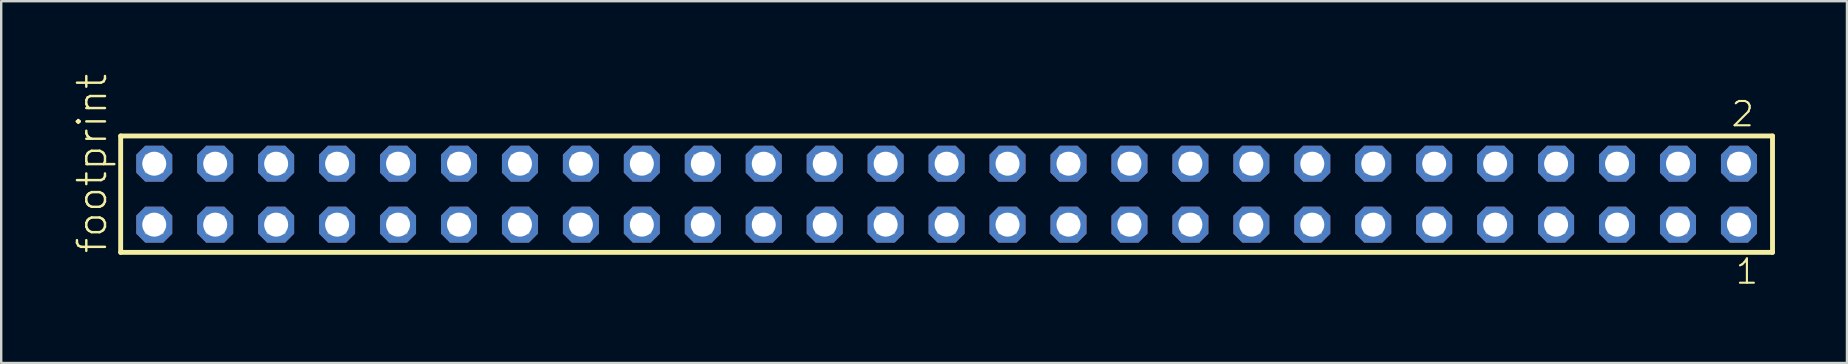
<source format=kicad_pcb>
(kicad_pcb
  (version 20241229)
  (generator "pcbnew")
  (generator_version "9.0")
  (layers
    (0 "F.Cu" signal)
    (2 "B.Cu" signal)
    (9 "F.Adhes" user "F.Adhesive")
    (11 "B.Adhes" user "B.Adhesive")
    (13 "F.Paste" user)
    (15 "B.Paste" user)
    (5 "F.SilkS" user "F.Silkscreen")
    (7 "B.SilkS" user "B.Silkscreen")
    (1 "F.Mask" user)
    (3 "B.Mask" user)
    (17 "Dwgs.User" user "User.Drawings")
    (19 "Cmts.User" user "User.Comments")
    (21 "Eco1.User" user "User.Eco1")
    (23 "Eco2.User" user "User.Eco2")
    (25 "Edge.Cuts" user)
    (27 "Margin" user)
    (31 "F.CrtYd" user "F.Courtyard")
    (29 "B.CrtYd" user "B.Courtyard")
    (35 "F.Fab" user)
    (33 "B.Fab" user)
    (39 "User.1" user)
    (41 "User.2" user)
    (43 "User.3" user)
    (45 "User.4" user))
  (footprint "footprint"
    (layer "F.Cu")
    (at 36.398 5.042)
    (property "Reference" "footprint" (at -34.925 2.54 90) (layer "F.SilkS") (effects (font (size 1.168 1.168) (thickness 0.102)) (justify left bottom)))
    (fp_line (start -34.419 -2.425) (end 34.419 -2.425) (stroke (width 0.203) (type solid)) (layer "F.SilkS"))
    (fp_line (start -34.419 2.425) (end -34.419 -2.425) (stroke (width 0.203) (type solid)) (layer "F.SilkS"))
    (fp_line (start 34.419 -2.425) (end 34.419 2.425) (stroke (width 0.203) (type solid)) (layer "F.SilkS"))
    (fp_line (start 34.419 2.425) (end -34.419 2.425) (stroke (width 0.203) (type solid)) (layer "F.SilkS"))
    (fp_poly (pts (xy -33.37 -0.92) (xy -32.67 -0.92) (xy -32.67 -1.62) (xy -33.37 -1.62)) (stroke (width 0.1) (type solid)) (fill no) (layer "F.Fab"))
    (fp_poly (pts (xy -33.37 1.62) (xy -32.67 1.62) (xy -32.67 0.92) (xy -33.37 0.92)) (stroke (width 0.1) (type solid)) (fill no) (layer "F.Fab"))
    (fp_poly (pts (xy -30.83 -0.92) (xy -30.13 -0.92) (xy -30.13 -1.62) (xy -30.83 -1.62)) (stroke (width 0.1) (type solid)) (fill no) (layer "F.Fab"))
    (fp_poly (pts (xy -30.83 1.62) (xy -30.13 1.62) (xy -30.13 0.92) (xy -30.83 0.92)) (stroke (width 0.1) (type solid)) (fill no) (layer "F.Fab"))
    (fp_poly (pts (xy -28.29 -0.92) (xy -27.59 -0.92) (xy -27.59 -1.62) (xy -28.29 -1.62)) (stroke (width 0.1) (type solid)) (fill no) (layer "F.Fab"))
    (fp_poly (pts (xy -28.29 1.62) (xy -27.59 1.62) (xy -27.59 0.92) (xy -28.29 0.92)) (stroke (width 0.1) (type solid)) (fill no) (layer "F.Fab"))
    (fp_poly (pts (xy -25.75 -0.92) (xy -25.05 -0.92) (xy -25.05 -1.62) (xy -25.75 -1.62)) (stroke (width 0.1) (type solid)) (fill no) (layer "F.Fab"))
    (fp_poly (pts (xy -25.75 1.62) (xy -25.05 1.62) (xy -25.05 0.92) (xy -25.75 0.92)) (stroke (width 0.1) (type solid)) (fill no) (layer "F.Fab"))
    (fp_poly (pts (xy -23.21 -0.92) (xy -22.51 -0.92) (xy -22.51 -1.62) (xy -23.21 -1.62)) (stroke (width 0.1) (type solid)) (fill no) (layer "F.Fab"))
    (fp_poly (pts (xy -23.21 1.62) (xy -22.51 1.62) (xy -22.51 0.92) (xy -23.21 0.92)) (stroke (width 0.1) (type solid)) (fill no) (layer "F.Fab"))
    (fp_poly (pts (xy -20.67 -0.92) (xy -19.97 -0.92) (xy -19.97 -1.62) (xy -20.67 -1.62)) (stroke (width 0.1) (type solid)) (fill no) (layer "F.Fab"))
    (fp_poly (pts (xy -20.67 1.62) (xy -19.97 1.62) (xy -19.97 0.92) (xy -20.67 0.92)) (stroke (width 0.1) (type solid)) (fill no) (layer "F.Fab"))
    (fp_poly (pts (xy -18.13 -0.92) (xy -17.43 -0.92) (xy -17.43 -1.62) (xy -18.13 -1.62)) (stroke (width 0.1) (type solid)) (fill no) (layer "F.Fab"))
    (fp_poly (pts (xy -18.13 1.62) (xy -17.43 1.62) (xy -17.43 0.92) (xy -18.13 0.92)) (stroke (width 0.1) (type solid)) (fill no) (layer "F.Fab"))
    (fp_poly (pts (xy -15.59 -0.92) (xy -14.89 -0.92) (xy -14.89 -1.62) (xy -15.59 -1.62)) (stroke (width 0.1) (type solid)) (fill no) (layer "F.Fab"))
    (fp_poly (pts (xy -15.59 1.62) (xy -14.89 1.62) (xy -14.89 0.92) (xy -15.59 0.92)) (stroke (width 0.1) (type solid)) (fill no) (layer "F.Fab"))
    (fp_poly (pts (xy -13.05 -0.92) (xy -12.35 -0.92) (xy -12.35 -1.62) (xy -13.05 -1.62)) (stroke (width 0.1) (type solid)) (fill no) (layer "F.Fab"))
    (fp_poly (pts (xy -13.05 1.62) (xy -12.35 1.62) (xy -12.35 0.92) (xy -13.05 0.92)) (stroke (width 0.1) (type solid)) (fill no) (layer "F.Fab"))
    (fp_poly (pts (xy -10.51 -0.92) (xy -9.81 -0.92) (xy -9.81 -1.62) (xy -10.51 -1.62)) (stroke (width 0.1) (type solid)) (fill no) (layer "F.Fab"))
    (fp_poly (pts (xy -10.51 1.62) (xy -9.81 1.62) (xy -9.81 0.92) (xy -10.51 0.92)) (stroke (width 0.1) (type solid)) (fill no) (layer "F.Fab"))
    (fp_poly (pts (xy -7.97 -0.92) (xy -7.27 -0.92) (xy -7.27 -1.62) (xy -7.97 -1.62)) (stroke (width 0.1) (type solid)) (fill no) (layer "F.Fab"))
    (fp_poly (pts (xy -7.97 1.62) (xy -7.27 1.62) (xy -7.27 0.92) (xy -7.97 0.92)) (stroke (width 0.1) (type solid)) (fill no) (layer "F.Fab"))
    (fp_poly (pts (xy -5.43 -0.92) (xy -4.73 -0.92) (xy -4.73 -1.62) (xy -5.43 -1.62)) (stroke (width 0.1) (type solid)) (fill no) (layer "F.Fab"))
    (fp_poly (pts (xy -5.43 1.62) (xy -4.73 1.62) (xy -4.73 0.92) (xy -5.43 0.92)) (stroke (width 0.1) (type solid)) (fill no) (layer "F.Fab"))
    (fp_poly (pts (xy -2.89 -0.92) (xy -2.19 -0.92) (xy -2.19 -1.62) (xy -2.89 -1.62)) (stroke (width 0.1) (type solid)) (fill no) (layer "F.Fab"))
    (fp_poly (pts (xy -2.89 1.62) (xy -2.19 1.62) (xy -2.19 0.92) (xy -2.89 0.92)) (stroke (width 0.1) (type solid)) (fill no) (layer "F.Fab"))
    (fp_poly (pts (xy -0.35 -0.92) (xy 0.35 -0.92) (xy 0.35 -1.62) (xy -0.35 -1.62)) (stroke (width 0.1) (type solid)) (fill no) (layer "F.Fab"))
    (fp_poly (pts (xy -0.35 1.62) (xy 0.35 1.62) (xy 0.35 0.92) (xy -0.35 0.92)) (stroke (width 0.1) (type solid)) (fill no) (layer "F.Fab"))
    (fp_poly (pts (xy 2.19 -0.92) (xy 2.89 -0.92) (xy 2.89 -1.62) (xy 2.19 -1.62)) (stroke (width 0.1) (type solid)) (fill no) (layer "F.Fab"))
    (fp_poly (pts (xy 2.19 1.62) (xy 2.89 1.62) (xy 2.89 0.92) (xy 2.19 0.92)) (stroke (width 0.1) (type solid)) (fill no) (layer "F.Fab"))
    (fp_poly (pts (xy 4.73 -0.92) (xy 5.43 -0.92) (xy 5.43 -1.62) (xy 4.73 -1.62)) (stroke (width 0.1) (type solid)) (fill no) (layer "F.Fab"))
    (fp_poly (pts (xy 4.73 1.62) (xy 5.43 1.62) (xy 5.43 0.92) (xy 4.73 0.92)) (stroke (width 0.1) (type solid)) (fill no) (layer "F.Fab"))
    (fp_poly (pts (xy 7.27 -0.92) (xy 7.97 -0.92) (xy 7.97 -1.62) (xy 7.27 -1.62)) (stroke (width 0.1) (type solid)) (fill no) (layer "F.Fab"))
    (fp_poly (pts (xy 7.27 1.62) (xy 7.97 1.62) (xy 7.97 0.92) (xy 7.27 0.92)) (stroke (width 0.1) (type solid)) (fill no) (layer "F.Fab"))
    (fp_poly (pts (xy 9.81 -0.92) (xy 10.51 -0.92) (xy 10.51 -1.62) (xy 9.81 -1.62)) (stroke (width 0.1) (type solid)) (fill no) (layer "F.Fab"))
    (fp_poly (pts (xy 9.81 1.62) (xy 10.51 1.62) (xy 10.51 0.92) (xy 9.81 0.92)) (stroke (width 0.1) (type solid)) (fill no) (layer "F.Fab"))
    (fp_poly (pts (xy 12.35 -0.92) (xy 13.05 -0.92) (xy 13.05 -1.62) (xy 12.35 -1.62)) (stroke (width 0.1) (type solid)) (fill no) (layer "F.Fab"))
    (fp_poly (pts (xy 12.35 1.62) (xy 13.05 1.62) (xy 13.05 0.92) (xy 12.35 0.92)) (stroke (width 0.1) (type solid)) (fill no) (layer "F.Fab"))
    (fp_poly (pts (xy 14.89 -0.92) (xy 15.59 -0.92) (xy 15.59 -1.62) (xy 14.89 -1.62)) (stroke (width 0.1) (type solid)) (fill no) (layer "F.Fab"))
    (fp_poly (pts (xy 14.89 1.62) (xy 15.59 1.62) (xy 15.59 0.92) (xy 14.89 0.92)) (stroke (width 0.1) (type solid)) (fill no) (layer "F.Fab"))
    (fp_poly (pts (xy 17.43 -0.92) (xy 18.13 -0.92) (xy 18.13 -1.62) (xy 17.43 -1.62)) (stroke (width 0.1) (type solid)) (fill no) (layer "F.Fab"))
    (fp_poly (pts (xy 17.43 1.62) (xy 18.13 1.62) (xy 18.13 0.92) (xy 17.43 0.92)) (stroke (width 0.1) (type solid)) (fill no) (layer "F.Fab"))
    (fp_poly (pts (xy 19.97 -0.92) (xy 20.67 -0.92) (xy 20.67 -1.62) (xy 19.97 -1.62)) (stroke (width 0.1) (type solid)) (fill no) (layer "F.Fab"))
    (fp_poly (pts (xy 19.97 1.62) (xy 20.67 1.62) (xy 20.67 0.92) (xy 19.97 0.92)) (stroke (width 0.1) (type solid)) (fill no) (layer "F.Fab"))
    (fp_poly (pts (xy 22.51 -0.92) (xy 23.21 -0.92) (xy 23.21 -1.62) (xy 22.51 -1.62)) (stroke (width 0.1) (type solid)) (fill no) (layer "F.Fab"))
    (fp_poly (pts (xy 22.51 1.62) (xy 23.21 1.62) (xy 23.21 0.92) (xy 22.51 0.92)) (stroke (width 0.1) (type solid)) (fill no) (layer "F.Fab"))
    (fp_poly (pts (xy 25.05 -0.92) (xy 25.75 -0.92) (xy 25.75 -1.62) (xy 25.05 -1.62)) (stroke (width 0.1) (type solid)) (fill no) (layer "F.Fab"))
    (fp_poly (pts (xy 25.05 1.62) (xy 25.75 1.62) (xy 25.75 0.92) (xy 25.05 0.92)) (stroke (width 0.1) (type solid)) (fill no) (layer "F.Fab"))
    (fp_poly (pts (xy 27.59 -0.92) (xy 28.29 -0.92) (xy 28.29 -1.62) (xy 27.59 -1.62)) (stroke (width 0.1) (type solid)) (fill no) (layer "F.Fab"))
    (fp_poly (pts (xy 27.59 1.62) (xy 28.29 1.62) (xy 28.29 0.92) (xy 27.59 0.92)) (stroke (width 0.1) (type solid)) (fill no) (layer "F.Fab"))
    (fp_poly (pts (xy 30.13 -0.92) (xy 30.83 -0.92) (xy 30.83 -1.62) (xy 30.13 -1.62)) (stroke (width 0.1) (type solid)) (fill no) (layer "F.Fab"))
    (fp_poly (pts (xy 30.13 1.62) (xy 30.83 1.62) (xy 30.83 0.92) (xy 30.13 0.92)) (stroke (width 0.1) (type solid)) (fill no) (layer "F.Fab"))
    (fp_poly (pts (xy 32.67 -0.92) (xy 33.37 -0.92) (xy 33.37 -1.62) (xy 32.67 -1.62)) (stroke (width 0.1) (type solid)) (fill no) (layer "F.Fab"))
    (fp_poly (pts (xy 32.67 1.62) (xy 33.37 1.62) (xy 33.37 0.92) (xy 32.67 0.92)) (stroke (width 0.1) (type solid)) (fill no) (layer "F.Fab"))
    (fp_text user "1" (at 32.812 3.818 0) (layer "F.SilkS") (effects (font (size 1.012 1.012) (thickness 0.088)) (justify left bottom)))
    (fp_text user "2" (at 32.637 -2.744 0) (layer "F.SilkS") (effects (font (size 1.012 1.012) (thickness 0.088)) (justify left bottom)))
    (pad "1" thru_hole roundrect (at 33.02 1.27 180) (size 1.5 1.5) (drill 1) (layers "*.Cu" "*.Mask") (roundrect_rratio 0.25) (chamfer_ratio 0.25) (chamfer top_left top_right bottom_left bottom_right))
    (pad "2" thru_hole roundrect (at 33.02 -1.27 180) (size 1.5 1.5) (drill 1) (layers "*.Cu" "*.Mask") (roundrect_rratio 0.25) (chamfer_ratio 0.25) (chamfer top_left top_right bottom_left bottom_right))
    (pad "3" thru_hole roundrect (at 30.48 1.27 180) (size 1.5 1.5) (drill 1) (layers "*.Cu" "*.Mask") (roundrect_rratio 0.25) (chamfer_ratio 0.25) (chamfer top_left top_right bottom_left bottom_right))
    (pad "4" thru_hole roundrect (at 30.48 -1.27 180) (size 1.5 1.5) (drill 1) (layers "*.Cu" "*.Mask") (roundrect_rratio 0.25) (chamfer_ratio 0.25) (chamfer top_left top_right bottom_left bottom_right))
    (pad "5" thru_hole roundrect (at 27.94 1.27 180) (size 1.5 1.5) (drill 1) (layers "*.Cu" "*.Mask") (roundrect_rratio 0.25) (chamfer_ratio 0.25) (chamfer top_left top_right bottom_left bottom_right))
    (pad "6" thru_hole roundrect (at 27.94 -1.27 180) (size 1.5 1.5) (drill 1) (layers "*.Cu" "*.Mask") (roundrect_rratio 0.25) (chamfer_ratio 0.25) (chamfer top_left top_right bottom_left bottom_right))
    (pad "7" thru_hole roundrect (at 25.4 1.27 180) (size 1.5 1.5) (drill 1) (layers "*.Cu" "*.Mask") (roundrect_rratio 0.25) (chamfer_ratio 0.25) (chamfer top_left top_right bottom_left bottom_right))
    (pad "8" thru_hole roundrect (at 25.4 -1.27 180) (size 1.5 1.5) (drill 1) (layers "*.Cu" "*.Mask") (roundrect_rratio 0.25) (chamfer_ratio 0.25) (chamfer top_left top_right bottom_left bottom_right))
    (pad "9" thru_hole roundrect (at 22.86 1.27 180) (size 1.5 1.5) (drill 1) (layers "*.Cu" "*.Mask") (roundrect_rratio 0.25) (chamfer_ratio 0.25) (chamfer top_left top_right bottom_left bottom_right))
    (pad "10" thru_hole roundrect (at 22.86 -1.27 180) (size 1.5 1.5) (drill 1) (layers "*.Cu" "*.Mask") (roundrect_rratio 0.25) (chamfer_ratio 0.25) (chamfer top_left top_right bottom_left bottom_right))
    (pad "11" thru_hole roundrect (at 20.32 1.27 180) (size 1.5 1.5) (drill 1) (layers "*.Cu" "*.Mask") (roundrect_rratio 0.25) (chamfer_ratio 0.25) (chamfer top_left top_right bottom_left bottom_right))
    (pad "12" thru_hole roundrect (at 20.32 -1.27 180) (size 1.5 1.5) (drill 1) (layers "*.Cu" "*.Mask") (roundrect_rratio 0.25) (chamfer_ratio 0.25) (chamfer top_left top_right bottom_left bottom_right))
    (pad "13" thru_hole roundrect (at 17.78 1.27 180) (size 1.5 1.5) (drill 1) (layers "*.Cu" "*.Mask") (roundrect_rratio 0.25) (chamfer_ratio 0.25) (chamfer top_left top_right bottom_left bottom_right))
    (pad "14" thru_hole roundrect (at 17.78 -1.27 180) (size 1.5 1.5) (drill 1) (layers "*.Cu" "*.Mask") (roundrect_rratio 0.25) (chamfer_ratio 0.25) (chamfer top_left top_right bottom_left bottom_right))
    (pad "15" thru_hole roundrect (at 15.24 1.27 180) (size 1.5 1.5) (drill 1) (layers "*.Cu" "*.Mask") (roundrect_rratio 0.25) (chamfer_ratio 0.25) (chamfer top_left top_right bottom_left bottom_right))
    (pad "16" thru_hole roundrect (at 15.24 -1.27 180) (size 1.5 1.5) (drill 1) (layers "*.Cu" "*.Mask") (roundrect_rratio 0.25) (chamfer_ratio 0.25) (chamfer top_left top_right bottom_left bottom_right))
    (pad "17" thru_hole roundrect (at 12.7 1.27 180) (size 1.5 1.5) (drill 1) (layers "*.Cu" "*.Mask") (roundrect_rratio 0.25) (chamfer_ratio 0.25) (chamfer top_left top_right bottom_left bottom_right))
    (pad "18" thru_hole roundrect (at 12.7 -1.27 180) (size 1.5 1.5) (drill 1) (layers "*.Cu" "*.Mask") (roundrect_rratio 0.25) (chamfer_ratio 0.25) (chamfer top_left top_right bottom_left bottom_right))
    (pad "19" thru_hole roundrect (at 10.16 1.27 180) (size 1.5 1.5) (drill 1) (layers "*.Cu" "*.Mask") (roundrect_rratio 0.25) (chamfer_ratio 0.25) (chamfer top_left top_right bottom_left bottom_right))
    (pad "20" thru_hole roundrect (at 10.16 -1.27 180) (size 1.5 1.5) (drill 1) (layers "*.Cu" "*.Mask") (roundrect_rratio 0.25) (chamfer_ratio 0.25) (chamfer top_left top_right bottom_left bottom_right))
    (pad "21" thru_hole roundrect (at 7.62 1.27 180) (size 1.5 1.5) (drill 1) (layers "*.Cu" "*.Mask") (roundrect_rratio 0.25) (chamfer_ratio 0.25) (chamfer top_left top_right bottom_left bottom_right))
    (pad "22" thru_hole roundrect (at 7.62 -1.27 180) (size 1.5 1.5) (drill 1) (layers "*.Cu" "*.Mask") (roundrect_rratio 0.25) (chamfer_ratio 0.25) (chamfer top_left top_right bottom_left bottom_right))
    (pad "23" thru_hole roundrect (at 5.08 1.27 180) (size 1.5 1.5) (drill 1) (layers "*.Cu" "*.Mask") (roundrect_rratio 0.25) (chamfer_ratio 0.25) (chamfer top_left top_right bottom_left bottom_right))
    (pad "24" thru_hole roundrect (at 5.08 -1.27 180) (size 1.5 1.5) (drill 1) (layers "*.Cu" "*.Mask") (roundrect_rratio 0.25) (chamfer_ratio 0.25) (chamfer top_left top_right bottom_left bottom_right))
    (pad "25" thru_hole roundrect (at 2.54 1.27 180) (size 1.5 1.5) (drill 1) (layers "*.Cu" "*.Mask") (roundrect_rratio 0.25) (chamfer_ratio 0.25) (chamfer top_left top_right bottom_left bottom_right))
    (pad "26" thru_hole roundrect (at 2.54 -1.27 180) (size 1.5 1.5) (drill 1) (layers "*.Cu" "*.Mask") (roundrect_rratio 0.25) (chamfer_ratio 0.25) (chamfer top_left top_right bottom_left bottom_right))
    (pad "27" thru_hole roundrect (at 0 1.27 180) (size 1.5 1.5) (drill 1) (layers "*.Cu" "*.Mask") (roundrect_rratio 0.25) (chamfer_ratio 0.25) (chamfer top_left top_right bottom_left bottom_right))
    (pad "28" thru_hole roundrect (at 0 -1.27 180) (size 1.5 1.5) (drill 1) (layers "*.Cu" "*.Mask") (roundrect_rratio 0.25) (chamfer_ratio 0.25) (chamfer top_left top_right bottom_left bottom_right))
    (pad "29" thru_hole roundrect (at -2.54 1.27 180) (size 1.5 1.5) (drill 1) (layers "*.Cu" "*.Mask") (roundrect_rratio 0.25) (chamfer_ratio 0.25) (chamfer top_left top_right bottom_left bottom_right))
    (pad "30" thru_hole roundrect (at -2.54 -1.27 180) (size 1.5 1.5) (drill 1) (layers "*.Cu" "*.Mask") (roundrect_rratio 0.25) (chamfer_ratio 0.25) (chamfer top_left top_right bottom_left bottom_right))
    (pad "31" thru_hole roundrect (at -5.08 1.27 180) (size 1.5 1.5) (drill 1) (layers "*.Cu" "*.Mask") (roundrect_rratio 0.25) (chamfer_ratio 0.25) (chamfer top_left top_right bottom_left bottom_right))
    (pad "32" thru_hole roundrect (at -5.08 -1.27 180) (size 1.5 1.5) (drill 1) (layers "*.Cu" "*.Mask") (roundrect_rratio 0.25) (chamfer_ratio 0.25) (chamfer top_left top_right bottom_left bottom_right))
    (pad "33" thru_hole roundrect (at -7.62 1.27 180) (size 1.5 1.5) (drill 1) (layers "*.Cu" "*.Mask") (roundrect_rratio 0.25) (chamfer_ratio 0.25) (chamfer top_left top_right bottom_left bottom_right))
    (pad "34" thru_hole roundrect (at -7.62 -1.27 180) (size 1.5 1.5) (drill 1) (layers "*.Cu" "*.Mask") (roundrect_rratio 0.25) (chamfer_ratio 0.25) (chamfer top_left top_right bottom_left bottom_right))
    (pad "35" thru_hole roundrect (at -10.16 1.27 180) (size 1.5 1.5) (drill 1) (layers "*.Cu" "*.Mask") (roundrect_rratio 0.25) (chamfer_ratio 0.25) (chamfer top_left top_right bottom_left bottom_right))
    (pad "36" thru_hole roundrect (at -10.16 -1.27 180) (size 1.5 1.5) (drill 1) (layers "*.Cu" "*.Mask") (roundrect_rratio 0.25) (chamfer_ratio 0.25) (chamfer top_left top_right bottom_left bottom_right))
    (pad "37" thru_hole roundrect (at -12.7 1.27 180) (size 1.5 1.5) (drill 1) (layers "*.Cu" "*.Mask") (roundrect_rratio 0.25) (chamfer_ratio 0.25) (chamfer top_left top_right bottom_left bottom_right))
    (pad "38" thru_hole roundrect (at -12.7 -1.27 180) (size 1.5 1.5) (drill 1) (layers "*.Cu" "*.Mask") (roundrect_rratio 0.25) (chamfer_ratio 0.25) (chamfer top_left top_right bottom_left bottom_right))
    (pad "39" thru_hole roundrect (at -15.24 1.27 180) (size 1.5 1.5) (drill 1) (layers "*.Cu" "*.Mask") (roundrect_rratio 0.25) (chamfer_ratio 0.25) (chamfer top_left top_right bottom_left bottom_right))
    (pad "40" thru_hole roundrect (at -15.24 -1.27 180) (size 1.5 1.5) (drill 1) (layers "*.Cu" "*.Mask") (roundrect_rratio 0.25) (chamfer_ratio 0.25) (chamfer top_left top_right bottom_left bottom_right))
    (pad "41" thru_hole roundrect (at -17.78 1.27 180) (size 1.5 1.5) (drill 1) (layers "*.Cu" "*.Mask") (roundrect_rratio 0.25) (chamfer_ratio 0.25) (chamfer top_left top_right bottom_left bottom_right))
    (pad "42" thru_hole roundrect (at -17.78 -1.27 180) (size 1.5 1.5) (drill 1) (layers "*.Cu" "*.Mask") (roundrect_rratio 0.25) (chamfer_ratio 0.25) (chamfer top_left top_right bottom_left bottom_right))
    (pad "43" thru_hole roundrect (at -20.32 1.27 180) (size 1.5 1.5) (drill 1) (layers "*.Cu" "*.Mask") (roundrect_rratio 0.25) (chamfer_ratio 0.25) (chamfer top_left top_right bottom_left bottom_right))
    (pad "44" thru_hole roundrect (at -20.32 -1.27 180) (size 1.5 1.5) (drill 1) (layers "*.Cu" "*.Mask") (roundrect_rratio 0.25) (chamfer_ratio 0.25) (chamfer top_left top_right bottom_left bottom_right))
    (pad "45" thru_hole roundrect (at -22.86 1.27 180) (size 1.5 1.5) (drill 1) (layers "*.Cu" "*.Mask") (roundrect_rratio 0.25) (chamfer_ratio 0.25) (chamfer top_left top_right bottom_left bottom_right))
    (pad "46" thru_hole roundrect (at -22.86 -1.27 180) (size 1.5 1.5) (drill 1) (layers "*.Cu" "*.Mask") (roundrect_rratio 0.25) (chamfer_ratio 0.25) (chamfer top_left top_right bottom_left bottom_right))
    (pad "47" thru_hole roundrect (at -25.4 1.27 180) (size 1.5 1.5) (drill 1) (layers "*.Cu" "*.Mask") (roundrect_rratio 0.25) (chamfer_ratio 0.25) (chamfer top_left top_right bottom_left bottom_right))
    (pad "48" thru_hole roundrect (at -25.4 -1.27 180) (size 1.5 1.5) (drill 1) (layers "*.Cu" "*.Mask") (roundrect_rratio 0.25) (chamfer_ratio 0.25) (chamfer top_left top_right bottom_left bottom_right))
    (pad "49" thru_hole roundrect (at -27.94 1.27 180) (size 1.5 1.5) (drill 1) (layers "*.Cu" "*.Mask") (roundrect_rratio 0.25) (chamfer_ratio 0.25) (chamfer top_left top_right bottom_left bottom_right))
    (pad "50" thru_hole roundrect (at -27.94 -1.27 180) (size 1.5 1.5) (drill 1) (layers "*.Cu" "*.Mask") (roundrect_rratio 0.25) (chamfer_ratio 0.25) (chamfer top_left top_right bottom_left bottom_right))
    (pad "51" thru_hole roundrect (at -30.48 1.27 180) (size 1.5 1.5) (drill 1) (layers "*.Cu" "*.Mask") (roundrect_rratio 0.25) (chamfer_ratio 0.25) (chamfer top_left top_right bottom_left bottom_right))
    (pad "52" thru_hole roundrect (at -30.48 -1.27 180) (size 1.5 1.5) (drill 1) (layers "*.Cu" "*.Mask") (roundrect_rratio 0.25) (chamfer_ratio 0.25) (chamfer top_left top_right bottom_left bottom_right))
    (pad "53" thru_hole roundrect (at -33.02 1.27 180) (size 1.5 1.5) (drill 1) (layers "*.Cu" "*.Mask") (roundrect_rratio 0.25) (chamfer_ratio 0.25) (chamfer top_left top_right bottom_left bottom_right))
    (pad "54" thru_hole roundrect (at -33.02 -1.27 180) (size 1.5 1.5) (drill 1) (layers "*.Cu" "*.Mask") (roundrect_rratio 0.25) (chamfer_ratio 0.25) (chamfer top_left top_right bottom_left bottom_right)))
  (gr_rect
    (start -3 -3)
    (end 73.919 12.077)
    (stroke (width 0.1) (type default))
    (fill no)
    (layer "Edge.Cuts")))
</source>
